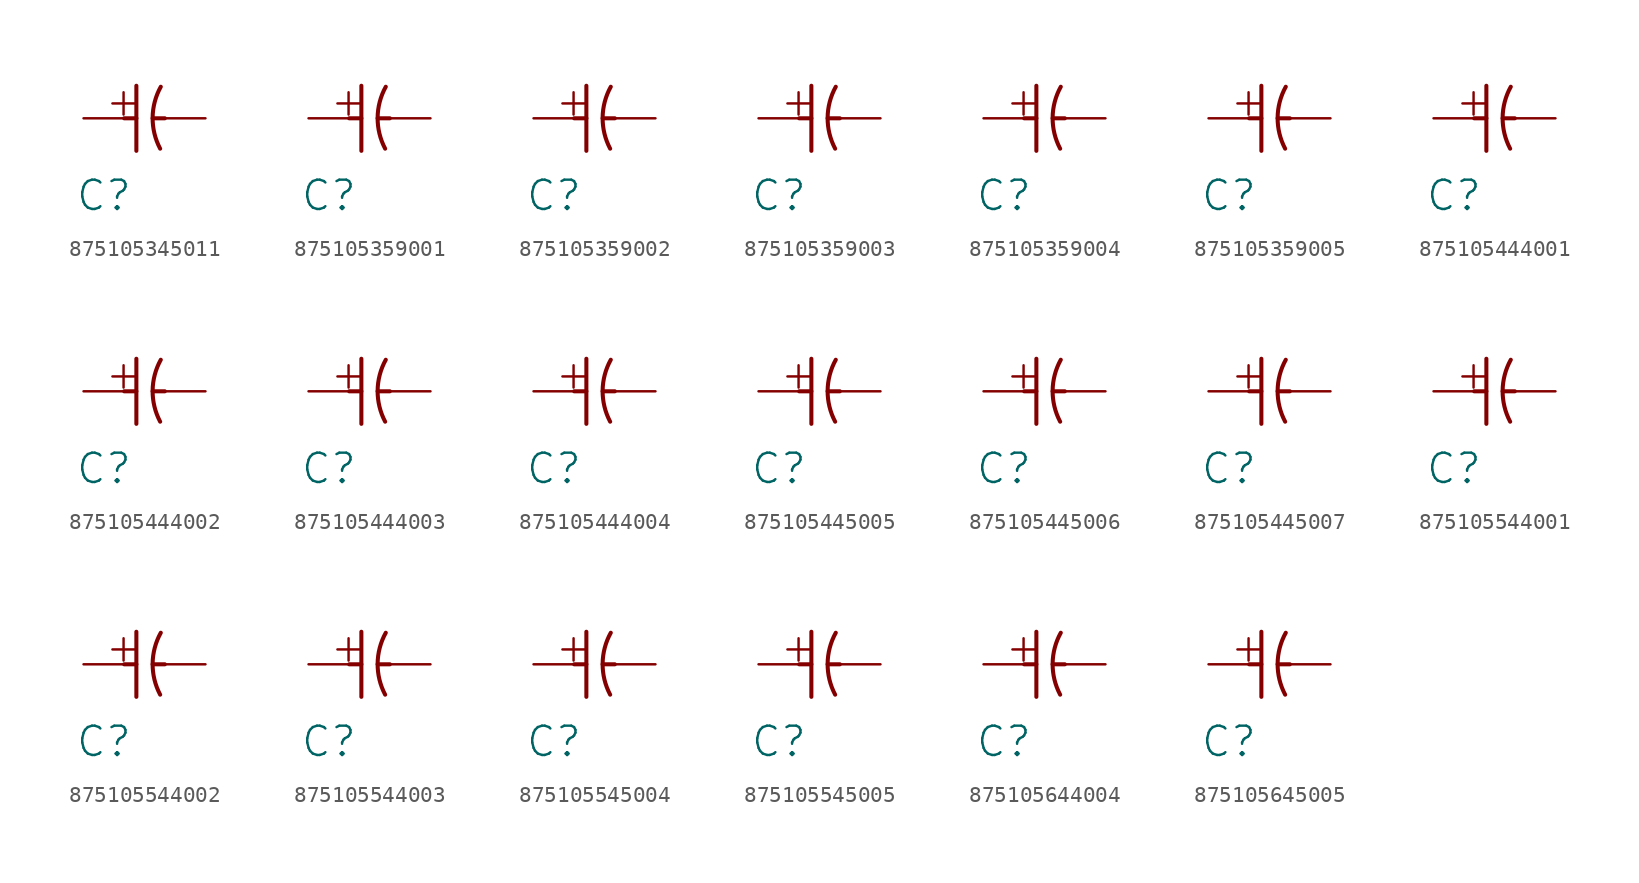
<source format=kicad_sym>
(kicad_symbol_lib
  (version 20231120)
  (generator "kicad_symbol_editor")
  (generator_version "8.0")
  (symbol "875105345011"
    (property "Reference" "C"
      (at 1.27 -4.826 0)
      (effects (font (size 1.829 1.829))))
    (symbol "875105345011_1_0"
      (polyline (pts (xy 2.54 0) (xy 3.302 0)) (stroke (width 0.254) (type solid)) (fill (type none)))
      (polyline (pts (xy 3.302 2.032) (xy 3.302 -2.032)) (stroke (width 0.254) (type solid)) (fill (type none)))
      (polyline (pts (xy 5.08 0) (xy 4.318 0)) (stroke (width 0.254) (type solid)) (fill (type none)))
      (arc (start 4.8275 1.9703) (mid 4.3182 0.0411) (end 4.7884 -1.898) (stroke (width 0.254) (type solid)) (fill (type none)))
      (text "+" (at 1.27 0 0) (effects (font (size 1.829 1.829)) (justify left bottom)))
      (pin passive line (at 0 0 0) (length 2.54) (name "P" (effects (font (size 0 0)))) (number "1" (effects (font (size 0 0)))))
      (pin passive line (at 7.62 0 180) (length 2.54) (name "N" (effects (font (size 0 0)))) (number "2" (effects (font (size 0 0)))))))
  (symbol "875105359001"
    (property "Reference" "C"
      (at 1.27 -4.826 0)
      (effects (font (size 1.829 1.829))))
    (symbol "875105359001_1_0"
      (polyline (pts (xy 2.54 0) (xy 3.302 0)) (stroke (width 0.254) (type solid)) (fill (type none)))
      (polyline (pts (xy 3.302 2.032) (xy 3.302 -2.032)) (stroke (width 0.254) (type solid)) (fill (type none)))
      (polyline (pts (xy 5.08 0) (xy 4.318 0)) (stroke (width 0.254) (type solid)) (fill (type none)))
      (arc (start 4.8275 1.9703) (mid 4.3182 0.0411) (end 4.7884 -1.898) (stroke (width 0.254) (type solid)) (fill (type none)))
      (text "+" (at 1.27 0 0) (effects (font (size 1.829 1.829)) (justify left bottom)))
      (pin passive line (at 0 0 0) (length 2.54) (name "P" (effects (font (size 0 0)))) (number "1" (effects (font (size 0 0)))))
      (pin passive line (at 7.62 0 180) (length 2.54) (name "N" (effects (font (size 0 0)))) (number "2" (effects (font (size 0 0)))))))
  (symbol "875105359002"
    (property "Reference" "C"
      (at 1.27 -4.826 0)
      (effects (font (size 1.829 1.829))))
    (symbol "875105359002_1_0"
      (polyline (pts (xy 2.54 0) (xy 3.302 0)) (stroke (width 0.254) (type solid)) (fill (type none)))
      (polyline (pts (xy 3.302 2.032) (xy 3.302 -2.032)) (stroke (width 0.254) (type solid)) (fill (type none)))
      (polyline (pts (xy 5.08 0) (xy 4.318 0)) (stroke (width 0.254) (type solid)) (fill (type none)))
      (arc (start 4.8275 1.9703) (mid 4.3182 0.0411) (end 4.7884 -1.898) (stroke (width 0.254) (type solid)) (fill (type none)))
      (text "+" (at 1.27 0 0) (effects (font (size 1.829 1.829)) (justify left bottom)))
      (pin passive line (at 0 0 0) (length 2.54) (name "P" (effects (font (size 0 0)))) (number "1" (effects (font (size 0 0)))))
      (pin passive line (at 7.62 0 180) (length 2.54) (name "N" (effects (font (size 0 0)))) (number "2" (effects (font (size 0 0)))))))
  (symbol "875105359003"
    (property "Reference" "C"
      (at 1.27 -4.826 0)
      (effects (font (size 1.829 1.829))))
    (symbol "875105359003_1_0"
      (polyline (pts (xy 2.54 0) (xy 3.302 0)) (stroke (width 0.254) (type solid)) (fill (type none)))
      (polyline (pts (xy 3.302 2.032) (xy 3.302 -2.032)) (stroke (width 0.254) (type solid)) (fill (type none)))
      (polyline (pts (xy 5.08 0) (xy 4.318 0)) (stroke (width 0.254) (type solid)) (fill (type none)))
      (arc (start 4.8275 1.9703) (mid 4.3182 0.0411) (end 4.7884 -1.898) (stroke (width 0.254) (type solid)) (fill (type none)))
      (text "+" (at 1.27 0 0) (effects (font (size 1.829 1.829)) (justify left bottom)))
      (pin passive line (at 0 0 0) (length 2.54) (name "P" (effects (font (size 0 0)))) (number "1" (effects (font (size 0 0)))))
      (pin passive line (at 7.62 0 180) (length 2.54) (name "N" (effects (font (size 0 0)))) (number "2" (effects (font (size 0 0)))))))
  (symbol "875105359004"
    (property "Reference" "C"
      (at 1.27 -4.826 0)
      (effects (font (size 1.829 1.829))))
    (symbol "875105359004_1_0"
      (polyline (pts (xy 2.54 0) (xy 3.302 0)) (stroke (width 0.254) (type solid)) (fill (type none)))
      (polyline (pts (xy 3.302 2.032) (xy 3.302 -2.032)) (stroke (width 0.254) (type solid)) (fill (type none)))
      (polyline (pts (xy 5.08 0) (xy 4.318 0)) (stroke (width 0.254) (type solid)) (fill (type none)))
      (arc (start 4.8275 1.9703) (mid 4.3182 0.0411) (end 4.7884 -1.898) (stroke (width 0.254) (type solid)) (fill (type none)))
      (text "+" (at 1.27 0 0) (effects (font (size 1.829 1.829)) (justify left bottom)))
      (pin passive line (at 0 0 0) (length 2.54) (name "P" (effects (font (size 0 0)))) (number "1" (effects (font (size 0 0)))))
      (pin passive line (at 7.62 0 180) (length 2.54) (name "N" (effects (font (size 0 0)))) (number "2" (effects (font (size 0 0)))))))
  (symbol "875105359005"
    (property "Reference" "C"
      (at 1.27 -4.826 0)
      (effects (font (size 1.829 1.829))))
    (symbol "875105359005_1_0"
      (polyline (pts (xy 2.54 0) (xy 3.302 0)) (stroke (width 0.254) (type solid)) (fill (type none)))
      (polyline (pts (xy 3.302 2.032) (xy 3.302 -2.032)) (stroke (width 0.254) (type solid)) (fill (type none)))
      (polyline (pts (xy 5.08 0) (xy 4.318 0)) (stroke (width 0.254) (type solid)) (fill (type none)))
      (arc (start 4.8275 1.9703) (mid 4.3182 0.0411) (end 4.7884 -1.898) (stroke (width 0.254) (type solid)) (fill (type none)))
      (text "+" (at 1.27 0 0) (effects (font (size 1.829 1.829)) (justify left bottom)))
      (pin passive line (at 0 0 0) (length 2.54) (name "P" (effects (font (size 0 0)))) (number "1" (effects (font (size 0 0)))))
      (pin passive line (at 7.62 0 180) (length 2.54) (name "N" (effects (font (size 0 0)))) (number "2" (effects (font (size 0 0)))))))
  (symbol "875105444001"
    (property "Reference" "C"
      (at 1.27 -4.826 0)
      (effects (font (size 1.829 1.829))))
    (symbol "875105444001_1_0"
      (polyline (pts (xy 2.54 0) (xy 3.302 0)) (stroke (width 0.254) (type solid)) (fill (type none)))
      (polyline (pts (xy 3.302 2.032) (xy 3.302 -2.032)) (stroke (width 0.254) (type solid)) (fill (type none)))
      (polyline (pts (xy 5.08 0) (xy 4.318 0)) (stroke (width 0.254) (type solid)) (fill (type none)))
      (arc (start 4.8275 1.9703) (mid 4.3182 0.0411) (end 4.7884 -1.898) (stroke (width 0.254) (type solid)) (fill (type none)))
      (text "+" (at 1.27 0 0) (effects (font (size 1.829 1.829)) (justify left bottom)))
      (pin passive line (at 0 0 0) (length 2.54) (name "P" (effects (font (size 0 0)))) (number "1" (effects (font (size 0 0)))))
      (pin passive line (at 7.62 0 180) (length 2.54) (name "N" (effects (font (size 0 0)))) (number "2" (effects (font (size 0 0)))))))
  (symbol "875105444002"
    (property "Reference" "C"
      (at 1.27 -4.826 0)
      (effects (font (size 1.829 1.829))))
    (symbol "875105444002_1_0"
      (polyline (pts (xy 2.54 0) (xy 3.302 0)) (stroke (width 0.254) (type solid)) (fill (type none)))
      (polyline (pts (xy 3.302 2.032) (xy 3.302 -2.032)) (stroke (width 0.254) (type solid)) (fill (type none)))
      (polyline (pts (xy 5.08 0) (xy 4.318 0)) (stroke (width 0.254) (type solid)) (fill (type none)))
      (arc (start 4.8275 1.9703) (mid 4.3182 0.0411) (end 4.7884 -1.898) (stroke (width 0.254) (type solid)) (fill (type none)))
      (text "+" (at 1.27 0 0) (effects (font (size 1.829 1.829)) (justify left bottom)))
      (pin passive line (at 0 0 0) (length 2.54) (name "P" (effects (font (size 0 0)))) (number "1" (effects (font (size 0 0)))))
      (pin passive line (at 7.62 0 180) (length 2.54) (name "N" (effects (font (size 0 0)))) (number "2" (effects (font (size 0 0)))))))
  (symbol "875105444003"
    (property "Reference" "C"
      (at 1.27 -4.826 0)
      (effects (font (size 1.829 1.829))))
    (symbol "875105444003_1_0"
      (polyline (pts (xy 2.54 0) (xy 3.302 0)) (stroke (width 0.254) (type solid)) (fill (type none)))
      (polyline (pts (xy 3.302 2.032) (xy 3.302 -2.032)) (stroke (width 0.254) (type solid)) (fill (type none)))
      (polyline (pts (xy 5.08 0) (xy 4.318 0)) (stroke (width 0.254) (type solid)) (fill (type none)))
      (arc (start 4.8275 1.9703) (mid 4.3182 0.0411) (end 4.7884 -1.898) (stroke (width 0.254) (type solid)) (fill (type none)))
      (text "+" (at 1.27 0 0) (effects (font (size 1.829 1.829)) (justify left bottom)))
      (pin passive line (at 0 0 0) (length 2.54) (name "P" (effects (font (size 0 0)))) (number "1" (effects (font (size 0 0)))))
      (pin passive line (at 7.62 0 180) (length 2.54) (name "N" (effects (font (size 0 0)))) (number "2" (effects (font (size 0 0)))))))
  (symbol "875105444004"
    (property "Reference" "C"
      (at 1.27 -4.826 0)
      (effects (font (size 1.829 1.829))))
    (symbol "875105444004_1_0"
      (polyline (pts (xy 2.54 0) (xy 3.302 0)) (stroke (width 0.254) (type solid)) (fill (type none)))
      (polyline (pts (xy 3.302 2.032) (xy 3.302 -2.032)) (stroke (width 0.254) (type solid)) (fill (type none)))
      (polyline (pts (xy 5.08 0) (xy 4.318 0)) (stroke (width 0.254) (type solid)) (fill (type none)))
      (arc (start 4.8275 1.9703) (mid 4.3182 0.0411) (end 4.7884 -1.898) (stroke (width 0.254) (type solid)) (fill (type none)))
      (text "+" (at 1.27 0 0) (effects (font (size 1.829 1.829)) (justify left bottom)))
      (pin passive line (at 0 0 0) (length 2.54) (name "P" (effects (font (size 0 0)))) (number "1" (effects (font (size 0 0)))))
      (pin passive line (at 7.62 0 180) (length 2.54) (name "N" (effects (font (size 0 0)))) (number "2" (effects (font (size 0 0)))))))
  (symbol "875105445005"
    (property "Reference" "C"
      (at 1.27 -4.826 0)
      (effects (font (size 1.829 1.829))))
    (symbol "875105445005_1_0"
      (polyline (pts (xy 2.54 0) (xy 3.302 0)) (stroke (width 0.254) (type solid)) (fill (type none)))
      (polyline (pts (xy 3.302 2.032) (xy 3.302 -2.032)) (stroke (width 0.254) (type solid)) (fill (type none)))
      (polyline (pts (xy 5.08 0) (xy 4.318 0)) (stroke (width 0.254) (type solid)) (fill (type none)))
      (arc (start 4.8275 1.9703) (mid 4.3182 0.0411) (end 4.7884 -1.898) (stroke (width 0.254) (type solid)) (fill (type none)))
      (text "+" (at 1.27 0 0) (effects (font (size 1.829 1.829)) (justify left bottom)))
      (pin passive line (at 0 0 0) (length 2.54) (name "P" (effects (font (size 0 0)))) (number "1" (effects (font (size 0 0)))))
      (pin passive line (at 7.62 0 180) (length 2.54) (name "N" (effects (font (size 0 0)))) (number "2" (effects (font (size 0 0)))))))
  (symbol "875105445006"
    (property "Reference" "C"
      (at 1.27 -4.826 0)
      (effects (font (size 1.829 1.829))))
    (symbol "875105445006_1_0"
      (polyline (pts (xy 2.54 0) (xy 3.302 0)) (stroke (width 0.254) (type solid)) (fill (type none)))
      (polyline (pts (xy 3.302 2.032) (xy 3.302 -2.032)) (stroke (width 0.254) (type solid)) (fill (type none)))
      (polyline (pts (xy 5.08 0) (xy 4.318 0)) (stroke (width 0.254) (type solid)) (fill (type none)))
      (arc (start 4.8275 1.9703) (mid 4.3182 0.0411) (end 4.7884 -1.898) (stroke (width 0.254) (type solid)) (fill (type none)))
      (text "+" (at 1.27 0 0) (effects (font (size 1.829 1.829)) (justify left bottom)))
      (pin passive line (at 0 0 0) (length 2.54) (name "P" (effects (font (size 0 0)))) (number "1" (effects (font (size 0 0)))))
      (pin passive line (at 7.62 0 180) (length 2.54) (name "N" (effects (font (size 0 0)))) (number "2" (effects (font (size 0 0)))))))
  (symbol "875105445007"
    (property "Reference" "C"
      (at 1.27 -4.826 0)
      (effects (font (size 1.829 1.829))))
    (symbol "875105445007_1_0"
      (polyline (pts (xy 2.54 0) (xy 3.302 0)) (stroke (width 0.254) (type solid)) (fill (type none)))
      (polyline (pts (xy 3.302 2.032) (xy 3.302 -2.032)) (stroke (width 0.254) (type solid)) (fill (type none)))
      (polyline (pts (xy 5.08 0) (xy 4.318 0)) (stroke (width 0.254) (type solid)) (fill (type none)))
      (arc (start 4.8275 1.9703) (mid 4.3182 0.0411) (end 4.7884 -1.898) (stroke (width 0.254) (type solid)) (fill (type none)))
      (text "+" (at 1.27 0 0) (effects (font (size 1.829 1.829)) (justify left bottom)))
      (pin passive line (at 0 0 0) (length 2.54) (name "P" (effects (font (size 0 0)))) (number "1" (effects (font (size 0 0)))))
      (pin passive line (at 7.62 0 180) (length 2.54) (name "N" (effects (font (size 0 0)))) (number "2" (effects (font (size 0 0)))))))
  (symbol "875105544001"
    (property "Reference" "C"
      (at 1.27 -4.826 0)
      (effects (font (size 1.829 1.829))))
    (symbol "875105544001_1_0"
      (polyline (pts (xy 2.54 0) (xy 3.302 0)) (stroke (width 0.254) (type solid)) (fill (type none)))
      (polyline (pts (xy 3.302 2.032) (xy 3.302 -2.032)) (stroke (width 0.254) (type solid)) (fill (type none)))
      (polyline (pts (xy 5.08 0) (xy 4.318 0)) (stroke (width 0.254) (type solid)) (fill (type none)))
      (arc (start 4.8275 1.9703) (mid 4.3182 0.0411) (end 4.7884 -1.898) (stroke (width 0.254) (type solid)) (fill (type none)))
      (text "+" (at 1.27 0 0) (effects (font (size 1.829 1.829)) (justify left bottom)))
      (pin passive line (at 0 0 0) (length 2.54) (name "P" (effects (font (size 0 0)))) (number "1" (effects (font (size 0 0)))))
      (pin passive line (at 7.62 0 180) (length 2.54) (name "N" (effects (font (size 0 0)))) (number "2" (effects (font (size 0 0)))))))
  (symbol "875105544002"
    (property "Reference" "C"
      (at 1.27 -4.826 0)
      (effects (font (size 1.829 1.829))))
    (symbol "875105544002_1_0"
      (polyline (pts (xy 2.54 0) (xy 3.302 0)) (stroke (width 0.254) (type solid)) (fill (type none)))
      (polyline (pts (xy 3.302 2.032) (xy 3.302 -2.032)) (stroke (width 0.254) (type solid)) (fill (type none)))
      (polyline (pts (xy 5.08 0) (xy 4.318 0)) (stroke (width 0.254) (type solid)) (fill (type none)))
      (arc (start 4.8275 1.9703) (mid 4.3182 0.0411) (end 4.7884 -1.898) (stroke (width 0.254) (type solid)) (fill (type none)))
      (text "+" (at 1.27 0 0) (effects (font (size 1.829 1.829)) (justify left bottom)))
      (pin passive line (at 0 0 0) (length 2.54) (name "P" (effects (font (size 0 0)))) (number "1" (effects (font (size 0 0)))))
      (pin passive line (at 7.62 0 180) (length 2.54) (name "N" (effects (font (size 0 0)))) (number "2" (effects (font (size 0 0)))))))
  (symbol "875105544003"
    (property "Reference" "C"
      (at 1.27 -4.826 0)
      (effects (font (size 1.829 1.829))))
    (symbol "875105544003_1_0"
      (polyline (pts (xy 2.54 0) (xy 3.302 0)) (stroke (width 0.254) (type solid)) (fill (type none)))
      (polyline (pts (xy 3.302 2.032) (xy 3.302 -2.032)) (stroke (width 0.254) (type solid)) (fill (type none)))
      (polyline (pts (xy 5.08 0) (xy 4.318 0)) (stroke (width 0.254) (type solid)) (fill (type none)))
      (arc (start 4.8275 1.9703) (mid 4.3182 0.0411) (end 4.7884 -1.898) (stroke (width 0.254) (type solid)) (fill (type none)))
      (text "+" (at 1.27 0 0) (effects (font (size 1.829 1.829)) (justify left bottom)))
      (pin passive line (at 0 0 0) (length 2.54) (name "P" (effects (font (size 0 0)))) (number "1" (effects (font (size 0 0)))))
      (pin passive line (at 7.62 0 180) (length 2.54) (name "N" (effects (font (size 0 0)))) (number "2" (effects (font (size 0 0)))))))
  (symbol "875105545004"
    (property "Reference" "C"
      (at 1.27 -4.826 0)
      (effects (font (size 1.829 1.829))))
    (symbol "875105545004_1_0"
      (polyline (pts (xy 2.54 0) (xy 3.302 0)) (stroke (width 0.254) (type solid)) (fill (type none)))
      (polyline (pts (xy 3.302 2.032) (xy 3.302 -2.032)) (stroke (width 0.254) (type solid)) (fill (type none)))
      (polyline (pts (xy 5.08 0) (xy 4.318 0)) (stroke (width 0.254) (type solid)) (fill (type none)))
      (arc (start 4.8275 1.9703) (mid 4.3182 0.0411) (end 4.7884 -1.898) (stroke (width 0.254) (type solid)) (fill (type none)))
      (text "+" (at 1.27 0 0) (effects (font (size 1.829 1.829)) (justify left bottom)))
      (pin passive line (at 0 0 0) (length 2.54) (name "P" (effects (font (size 0 0)))) (number "1" (effects (font (size 0 0)))))
      (pin passive line (at 7.62 0 180) (length 2.54) (name "N" (effects (font (size 0 0)))) (number "2" (effects (font (size 0 0)))))))
  (symbol "875105545005"
    (property "Reference" "C"
      (at 1.27 -4.826 0)
      (effects (font (size 1.829 1.829))))
    (symbol "875105545005_1_0"
      (polyline (pts (xy 2.54 0) (xy 3.302 0)) (stroke (width 0.254) (type solid)) (fill (type none)))
      (polyline (pts (xy 3.302 2.032) (xy 3.302 -2.032)) (stroke (width 0.254) (type solid)) (fill (type none)))
      (polyline (pts (xy 5.08 0) (xy 4.318 0)) (stroke (width 0.254) (type solid)) (fill (type none)))
      (arc (start 4.8275 1.9703) (mid 4.3182 0.0411) (end 4.7884 -1.898) (stroke (width 0.254) (type solid)) (fill (type none)))
      (text "+" (at 1.27 0 0) (effects (font (size 1.829 1.829)) (justify left bottom)))
      (pin passive line (at 0 0 0) (length 2.54) (name "P" (effects (font (size 0 0)))) (number "1" (effects (font (size 0 0)))))
      (pin passive line (at 7.62 0 180) (length 2.54) (name "N" (effects (font (size 0 0)))) (number "2" (effects (font (size 0 0)))))))
  (symbol "875105644004"
    (property "Reference" "C"
      (at 1.27 -4.826 0)
      (effects (font (size 1.829 1.829))))
    (symbol "875105644004_1_0"
      (polyline (pts (xy 2.54 0) (xy 3.302 0)) (stroke (width 0.254) (type solid)) (fill (type none)))
      (polyline (pts (xy 3.302 2.032) (xy 3.302 -2.032)) (stroke (width 0.254) (type solid)) (fill (type none)))
      (polyline (pts (xy 5.08 0) (xy 4.318 0)) (stroke (width 0.254) (type solid)) (fill (type none)))
      (arc (start 4.8275 1.9703) (mid 4.3182 0.0411) (end 4.7884 -1.898) (stroke (width 0.254) (type solid)) (fill (type none)))
      (text "+" (at 1.27 0 0) (effects (font (size 1.829 1.829)) (justify left bottom)))
      (pin passive line (at 0 0 0) (length 2.54) (name "P" (effects (font (size 0 0)))) (number "1" (effects (font (size 0 0)))))
      (pin passive line (at 7.62 0 180) (length 2.54) (name "N" (effects (font (size 0 0)))) (number "2" (effects (font (size 0 0)))))))
  (symbol "875105645005"
    (property "Reference" "C"
      (at 1.27 -4.826 0)
      (effects (font (size 1.829 1.829))))
    (symbol "875105645005_1_0"
      (polyline (pts (xy 2.54 0) (xy 3.302 0)) (stroke (width 0.254) (type solid)) (fill (type none)))
      (polyline (pts (xy 3.302 2.032) (xy 3.302 -2.032)) (stroke (width 0.254) (type solid)) (fill (type none)))
      (polyline (pts (xy 5.08 0) (xy 4.318 0)) (stroke (width 0.254) (type solid)) (fill (type none)))
      (arc (start 4.8275 1.9703) (mid 4.3182 0.0411) (end 4.7884 -1.898) (stroke (width 0.254) (type solid)) (fill (type none)))
      (text "+" (at 1.27 0 0) (effects (font (size 1.829 1.829)) (justify left bottom)))
      (pin passive line (at 0 0 0) (length 2.54) (name "P" (effects (font (size 0 0)))) (number "1" (effects (font (size 0 0)))))
      (pin passive line (at 7.62 0 180) (length 2.54) (name "N" (effects (font (size 0 0)))) (number "2" (effects (font (size 0 0))))))))
</source>
